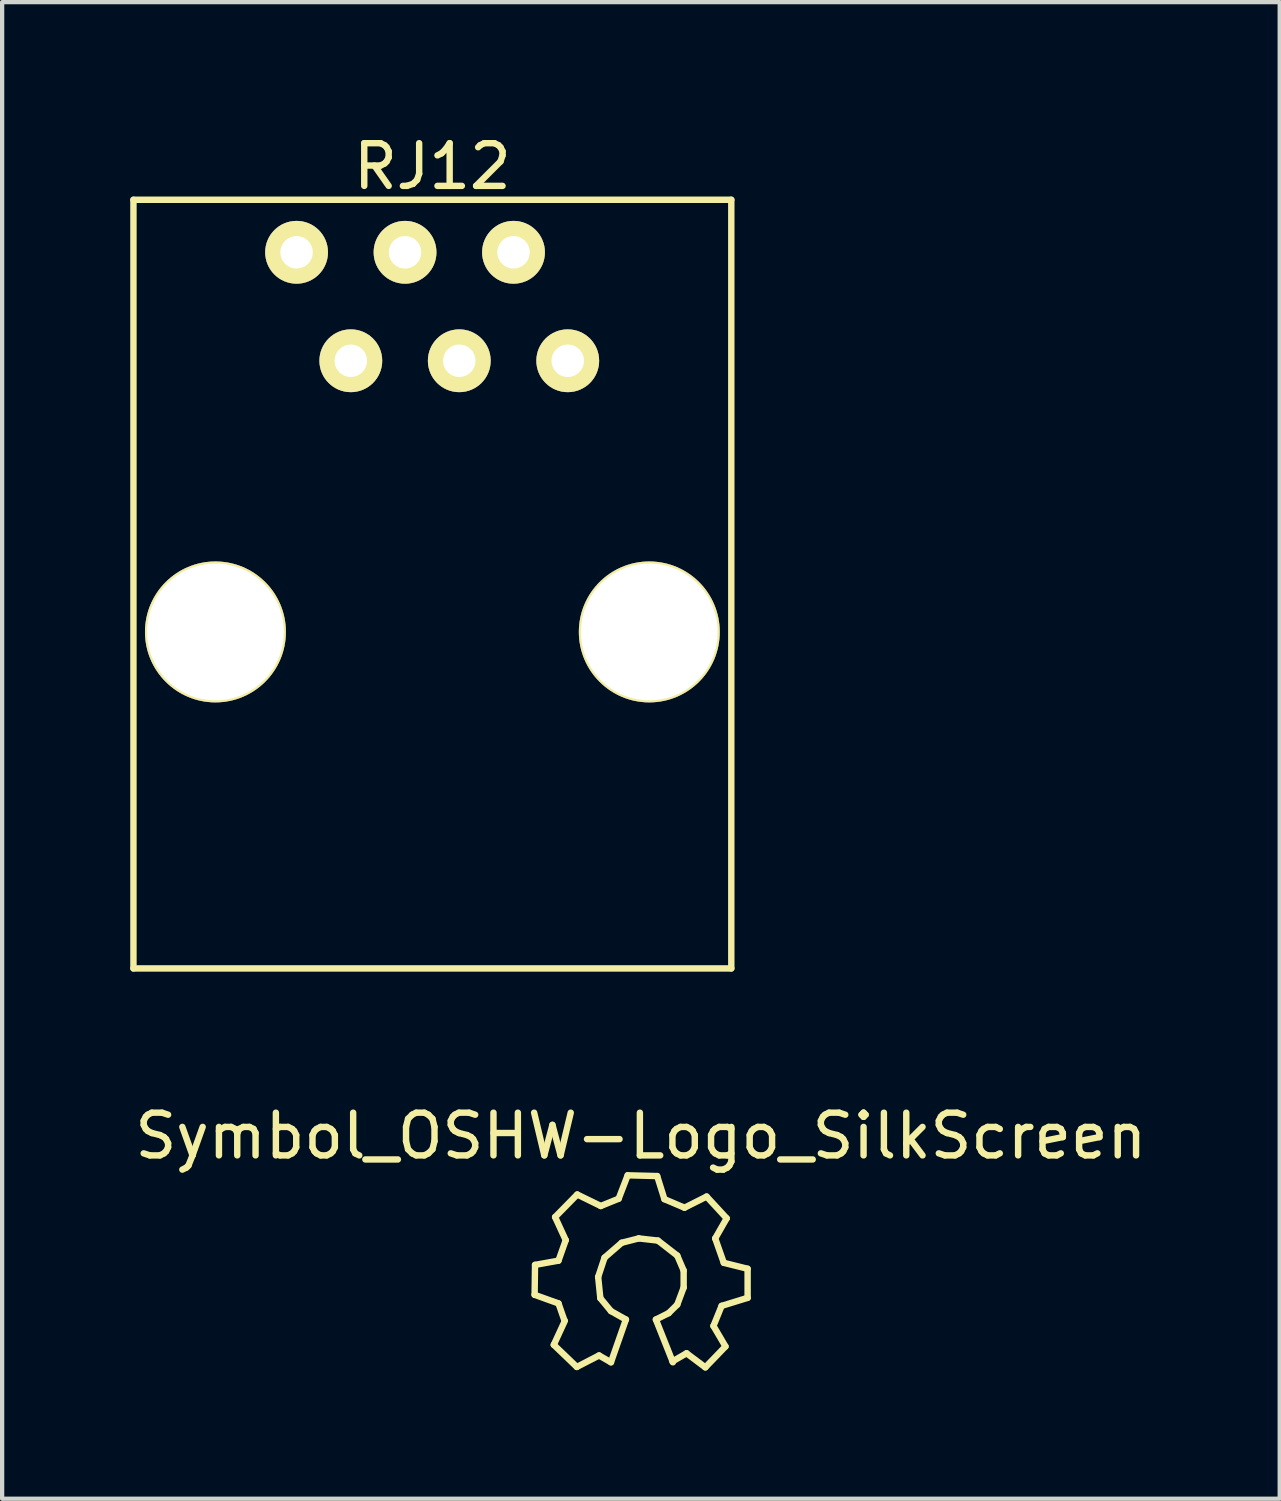
<source format=kicad_pcb>
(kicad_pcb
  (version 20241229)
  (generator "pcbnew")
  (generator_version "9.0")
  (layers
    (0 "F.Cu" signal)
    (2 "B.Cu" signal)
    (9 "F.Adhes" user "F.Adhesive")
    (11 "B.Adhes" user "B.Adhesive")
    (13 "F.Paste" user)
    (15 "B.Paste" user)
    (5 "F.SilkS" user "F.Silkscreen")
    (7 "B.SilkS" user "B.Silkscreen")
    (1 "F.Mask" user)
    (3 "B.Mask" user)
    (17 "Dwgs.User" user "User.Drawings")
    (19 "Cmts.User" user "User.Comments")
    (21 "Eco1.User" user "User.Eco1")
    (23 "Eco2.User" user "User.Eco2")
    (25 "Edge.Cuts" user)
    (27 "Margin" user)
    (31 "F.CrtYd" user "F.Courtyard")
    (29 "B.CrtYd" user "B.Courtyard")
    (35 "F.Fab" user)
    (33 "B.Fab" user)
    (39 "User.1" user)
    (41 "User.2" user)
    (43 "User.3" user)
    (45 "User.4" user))
  (footprint "Symbol_OSHW-Logo_SilkScreen"
    (layer "F.Cu")
    (at 11.958 26.951)
    (property "Reference" "Symbol_OSHW-Logo_SilkScreen" (at 0 -3.4 0) (layer "F.SilkS") (effects (font (size 1 1) (thickness 0.15))))
    (attr through_hole)
    (fp_line (start -2.489 0.32) (end -1.93 0.521) (stroke (width 0.15) (type solid)) (layer "F.SilkS"))
    (fp_line (start -2.479 -0.381) (end -2.489 0.32) (stroke (width 0.15) (type solid)) (layer "F.SilkS"))
    (fp_line (start -2.04 1.491) (end -1.501 2.009) (stroke (width 0.15) (type solid)) (layer "F.SilkS"))
    (fp_line (start -2.009 -1.501) (end -1.76 -0.96) (stroke (width 0.15) (type solid)) (layer "F.SilkS"))
    (fp_line (start -1.93 -0.48) (end -2.479 -0.381) (stroke (width 0.15) (type solid)) (layer "F.SilkS"))
    (fp_line (start -1.93 0.521) (end -1.791 0.919) (stroke (width 0.15) (type solid)) (layer "F.SilkS"))
    (fp_line (start -1.781 0.93) (end -2.04 1.491) (stroke (width 0.15) (type solid)) (layer "F.SilkS"))
    (fp_line (start -1.76 -0.96) (end -1.93 -0.48) (stroke (width 0.15) (type solid)) (layer "F.SilkS"))
    (fp_line (start -1.501 2.009) (end -0.98 1.74) (stroke (width 0.15) (type solid)) (layer "F.SilkS"))
    (fp_line (start -1.491 -2.029) (end -2.009 -1.501) (stroke (width 0.15) (type solid)) (layer "F.SilkS"))
    (fp_line (start -1.001 -0.099) (end -0.95 0.399) (stroke (width 0.15) (type solid)) (layer "F.SilkS"))
    (fp_line (start -0.98 1.74) (end -0.701 1.9) (stroke (width 0.15) (type solid)) (layer "F.SilkS"))
    (fp_line (start -0.95 0.399) (end -0.701 0.701) (stroke (width 0.15) (type solid)) (layer "F.SilkS"))
    (fp_line (start -0.94 -1.76) (end -1.491 -2.029) (stroke (width 0.15) (type solid)) (layer "F.SilkS"))
    (fp_line (start -0.851 -0.551) (end -1.001 -0.099) (stroke (width 0.15) (type solid)) (layer "F.SilkS"))
    (fp_line (start -0.701 0.701) (end -0.351 0.899) (stroke (width 0.15) (type solid)) (layer "F.SilkS"))
    (fp_line (start -0.521 -1.93) (end -0.94 -1.76) (stroke (width 0.15) (type solid)) (layer "F.SilkS"))
    (fp_line (start -0.45 -0.899) (end -0.851 -0.551) (stroke (width 0.15) (type solid)) (layer "F.SilkS"))
    (fp_line (start -0.351 0.899) (end -0.701 1.9) (stroke (width 0.15) (type solid)) (layer "F.SilkS"))
    (fp_line (start -0.31 -2.479) (end -0.521 -1.93) (stroke (width 0.15) (type solid)) (layer "F.SilkS"))
    (fp_line (start -0.051 -1.001) (end -0.45 -0.899) (stroke (width 0.15) (type solid)) (layer "F.SilkS"))
    (fp_line (start 0.351 0.899) (end 0.65 0.749) (stroke (width 0.15) (type solid)) (layer "F.SilkS"))
    (fp_line (start 0.351 0.899) (end 0.749 1.9) (stroke (width 0.15) (type solid)) (layer "F.SilkS"))
    (fp_line (start 0.381 -2.461) (end -0.31 -2.479) (stroke (width 0.15) (type solid)) (layer "F.SilkS"))
    (fp_line (start 0.399 -0.95) (end -0.051 -1.001) (stroke (width 0.15) (type solid)) (layer "F.SilkS"))
    (fp_line (start 0.551 -1.92) (end 0.381 -2.461) (stroke (width 0.15) (type solid)) (layer "F.SilkS"))
    (fp_line (start 0.65 0.749) (end 0.851 0.551) (stroke (width 0.15) (type solid)) (layer "F.SilkS"))
    (fp_line (start 0.739 1.88) (end 1.069 1.689) (stroke (width 0.15) (type solid)) (layer "F.SilkS"))
    (fp_line (start 0.851 -0.599) (end 0.399 -0.95) (stroke (width 0.15) (type solid)) (layer "F.SilkS"))
    (fp_line (start 0.851 0.551) (end 1.001 0.15) (stroke (width 0.15) (type solid)) (layer "F.SilkS"))
    (fp_line (start 1.001 -0.249) (end 0.851 -0.599) (stroke (width 0.15) (type solid)) (layer "F.SilkS"))
    (fp_line (start 1.001 0.15) (end 1.001 -0.249) (stroke (width 0.15) (type solid)) (layer "F.SilkS"))
    (fp_line (start 1.021 -1.72) (end 0.551 -1.92) (stroke (width 0.15) (type solid)) (layer "F.SilkS"))
    (fp_line (start 1.069 1.689) (end 1.509 2.019) (stroke (width 0.15) (type solid)) (layer "F.SilkS"))
    (fp_line (start 1.509 2.019) (end 1.981 1.529) (stroke (width 0.15) (type solid)) (layer "F.SilkS"))
    (fp_line (start 1.539 -1.981) (end 1.021 -1.72) (stroke (width 0.15) (type solid)) (layer "F.SilkS"))
    (fp_line (start 1.699 1.049) (end 1.89 0.579) (stroke (width 0.15) (type solid)) (layer "F.SilkS"))
    (fp_line (start 1.74 -1.001) (end 2.009 -1.471) (stroke (width 0.15) (type solid)) (layer "F.SilkS"))
    (fp_line (start 1.89 0.579) (end 2.499 0.391) (stroke (width 0.15) (type solid)) (layer "F.SilkS"))
    (fp_line (start 1.941 -0.429) (end 1.74 -1.001) (stroke (width 0.15) (type solid)) (layer "F.SilkS"))
    (fp_line (start 1.981 1.529) (end 1.699 1.049) (stroke (width 0.15) (type solid)) (layer "F.SilkS"))
    (fp_line (start 2.009 -1.471) (end 1.539 -1.981) (stroke (width 0.15) (type solid)) (layer "F.SilkS"))
    (fp_line (start 2.499 -0.29) (end 1.941 -0.429) (stroke (width 0.15) (type solid)) (layer "F.SilkS"))
    (fp_line (start 2.499 0.391) (end 2.499 -0.29) (stroke (width 0.15) (type solid)) (layer "F.SilkS")))
  (footprint "RJ12"
    (layer "F.Cu")
    (at 7.075 11.748)
    (property "Reference" "RJ12" (at 0 -10.9 0) (layer "F.SilkS") (effects (font (size 1 1) (thickness 0.15))))
    (attr through_hole)
    (fp_line (start -7 -10.12) (end -7 7.88) (stroke (width 0.15) (type solid)) (layer "F.SilkS"))
    (fp_line (start -7 -10.12) (end 7 -10.12) (stroke (width 0.15) (type solid)) (layer "F.SilkS"))
    (fp_line (start -7 7.88) (end 7 7.88) (stroke (width 0.15) (type solid)) (layer "F.SilkS"))
    (fp_line (start 7 -10.12) (end 7 7.88) (stroke (width 0.15) (type solid)) (layer "F.SilkS"))
    (pad "" np_thru_hole circle (at -5.08 0) (size 3.3 3.3) (drill 3.2) (layers "*.Cu" "*.Mask" "F.SilkS"))
    (pad "" np_thru_hole circle (at 5.08 0) (size 3.3 3.3) (drill 3.2) (layers "*.Cu" "*.Mask" "F.SilkS"))
    (pad "1" thru_hole circle (at -3.18 -8.89) (size 1.471 1.471) (drill 0.76) (layers "*.Cu" "*.Mask" "F.SilkS"))
    (pad "2" thru_hole circle (at -1.91 -6.35) (size 1.471 1.471) (drill 0.76) (layers "*.Cu" "*.Mask" "F.SilkS"))
    (pad "3" thru_hole circle (at -0.64 -8.89) (size 1.471 1.471) (drill 0.76) (layers "*.Cu" "*.Mask" "F.SilkS"))
    (pad "4" thru_hole circle (at 0.63 -6.35) (size 1.471 1.471) (drill 0.76) (layers "*.Cu" "*.Mask" "F.SilkS"))
    (pad "5" thru_hole circle (at 1.9 -8.89) (size 1.471 1.471) (drill 0.76) (layers "*.Cu" "*.Mask" "F.SilkS"))
    (pad "6" thru_hole circle (at 3.17 -6.35) (size 1.471 1.471) (drill 0.76) (layers "*.Cu" "*.Mask" "F.SilkS")))
  (gr_rect
    (start -3 -3)
    (end 26.917 32.046)
    (stroke (width 0.1) (type default))
    (fill no)
    (layer "Edge.Cuts")))
</source>
